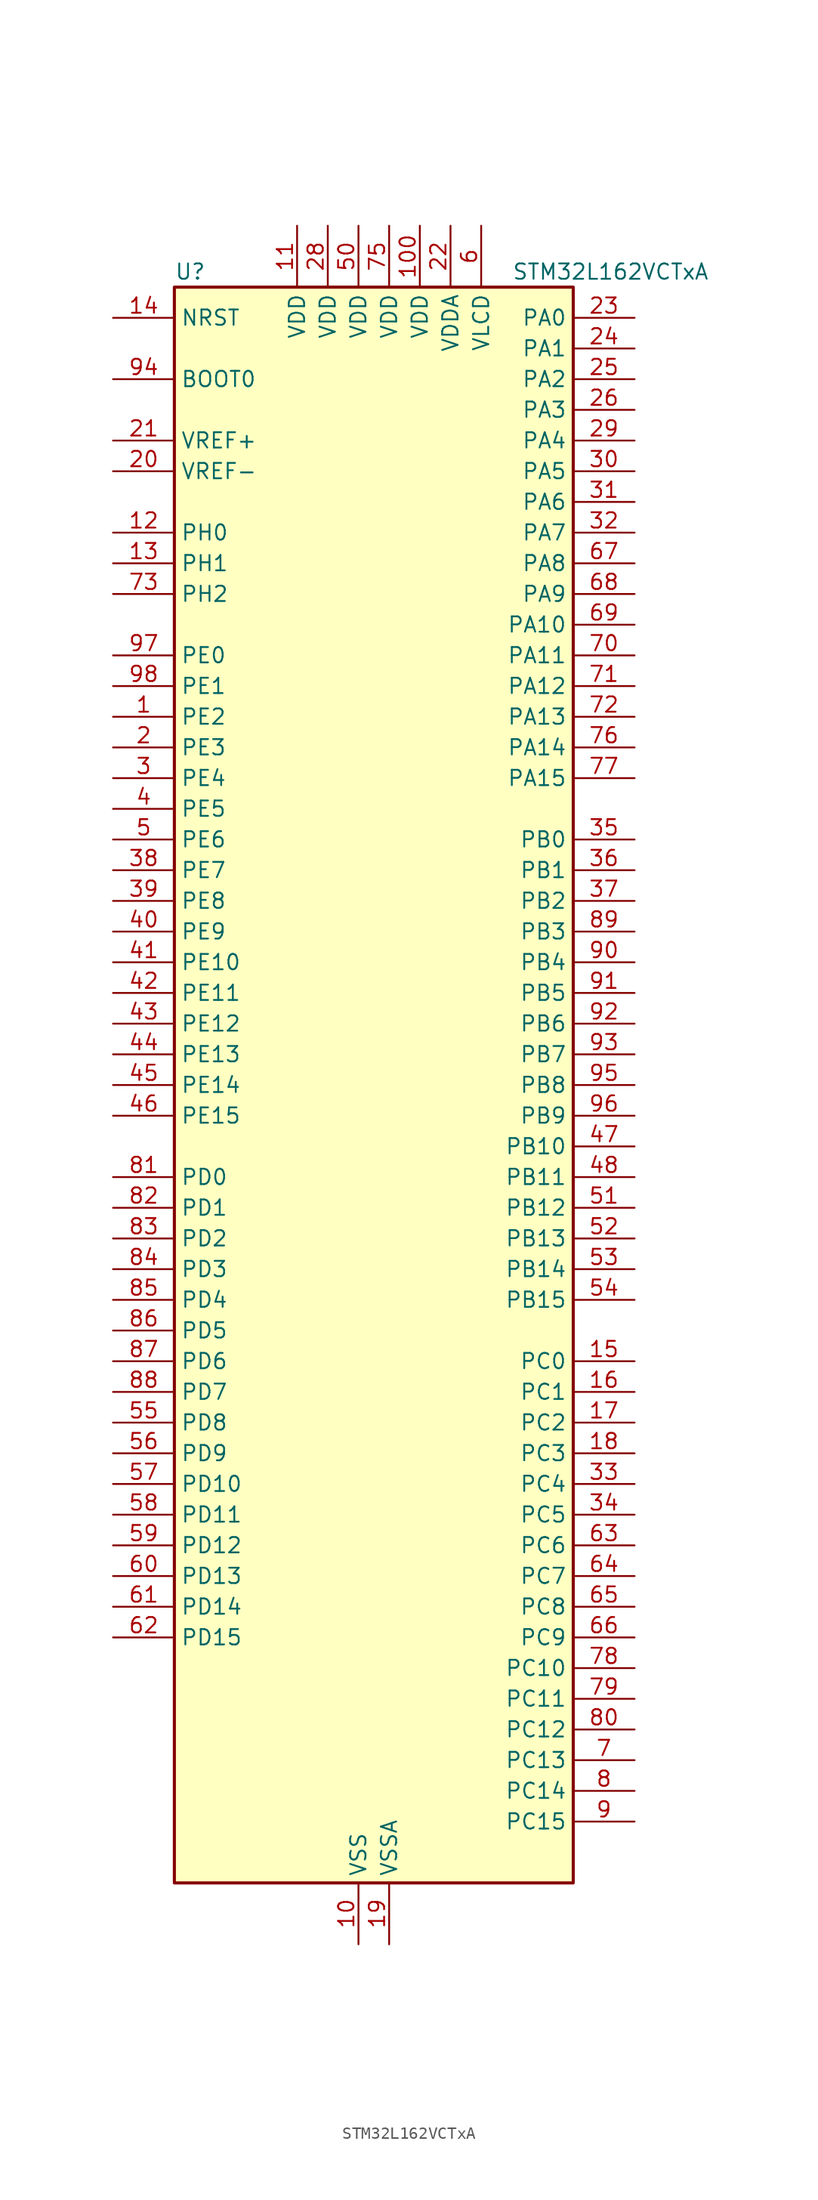
<source format=kicad_sym>
(kicad_symbol_lib
  (version 20231120)
  (generator "kicad-library-utils")
  (generator_version "8.0")
  (symbol "STM32L162VCTxA"
    (property "Reference" "U"
      (at -15.24 67.31 0)
      (effects (font (size 1.27 1.27)) (justify left)))
    (property "Value" "STM32L162VCTxA"
      (at 12.7 67.31 0)
      (effects (font (size 1.27 1.27)) (justify left)))
    (symbol "STM32L162VCTxA_0_1"
      (rectangle (start -15.24 -66.04) (end 17.78 66.04) (stroke (width 0.254) (type default)) (fill (type background))))
    (symbol "STM32L162VCTxA_1_1"
      (pin bidirectional line (at -20.32 30.48 0) (length 5.08) (name "PE2" (effects (font (size 1.27 1.27)))) (number "1" (effects (font (size 1.27 1.27)))) (alternate "LCD_SEG38" bidirectional line) (alternate "SYS_TRACECK" bidirectional line) (alternate "TIM3_ETR" bidirectional line) (alternate "TIMX_IC3" bidirectional line))
      (pin power_in line (at 0 -71.12 90) (length 5.08) (name "VSS" (effects (font (size 1.27 1.27)))) (number "10" (effects (font (size 1.27 1.27)))))
      (pin power_in line (at 5.08 71.12 270) (length 5.08) (name "VDD" (effects (font (size 1.27 1.27)))) (number "100" (effects (font (size 1.27 1.27)))))
      (pin power_in line (at -5.08 71.12 270) (length 5.08) (name "VDD" (effects (font (size 1.27 1.27)))) (number "11" (effects (font (size 1.27 1.27)))))
      (pin bidirectional line (at -20.32 45.72 0) (length 5.08) (name "PH0" (effects (font (size 1.27 1.27)))) (number "12" (effects (font (size 1.27 1.27)))) (alternate "RCC_OSC_IN" bidirectional line))
      (pin bidirectional line (at -20.32 43.18 0) (length 5.08) (name "PH1" (effects (font (size 1.27 1.27)))) (number "13" (effects (font (size 1.27 1.27)))) (alternate "RCC_OSC_OUT" bidirectional line))
      (pin input line (at -20.32 63.5 0) (length 5.08) (name "NRST" (effects (font (size 1.27 1.27)))) (number "14" (effects (font (size 1.27 1.27)))))
      (pin bidirectional line (at 22.86 -22.86 180) (length 5.08) (name "PC0" (effects (font (size 1.27 1.27)))) (number "15" (effects (font (size 1.27 1.27)))) (alternate "ADC_IN10" bidirectional line) (alternate "COMP1_INP" bidirectional line) (alternate "LCD_SEG18" bidirectional line) (alternate "TIMX_IC1" bidirectional line) (alternate "TS_G8_IO1" bidirectional line))
      (pin bidirectional line (at 22.86 -25.4 180) (length 5.08) (name "PC1" (effects (font (size 1.27 1.27)))) (number "16" (effects (font (size 1.27 1.27)))) (alternate "ADC_IN11" bidirectional line) (alternate "COMP1_INP" bidirectional line) (alternate "LCD_SEG19" bidirectional line) (alternate "TIMX_IC2" bidirectional line) (alternate "TS_G8_IO2" bidirectional line))
      (pin bidirectional line (at 22.86 -27.94 180) (length 5.08) (name "PC2" (effects (font (size 1.27 1.27)))) (number "17" (effects (font (size 1.27 1.27)))) (alternate "ADC_IN12" bidirectional line) (alternate "COMP1_INP" bidirectional line) (alternate "LCD_SEG20" bidirectional line) (alternate "TIMX_IC3" bidirectional line) (alternate "TS_G8_IO3" bidirectional line))
      (pin bidirectional line (at 22.86 -30.48 180) (length 5.08) (name "PC3" (effects (font (size 1.27 1.27)))) (number "18" (effects (font (size 1.27 1.27)))) (alternate "ADC_IN13" bidirectional line) (alternate "COMP1_INP" bidirectional line) (alternate "LCD_SEG21" bidirectional line) (alternate "TIMX_IC4" bidirectional line) (alternate "TS_G8_IO4" bidirectional line))
      (pin power_in line (at 2.54 -71.12 90) (length 5.08) (name "VSSA" (effects (font (size 1.27 1.27)))) (number "19" (effects (font (size 1.27 1.27)))))
      (pin bidirectional line (at -20.32 27.94 0) (length 5.08) (name "PE3" (effects (font (size 1.27 1.27)))) (number "2" (effects (font (size 1.27 1.27)))) (alternate "LCD_SEG39" bidirectional line) (alternate "SYS_TRACED0" bidirectional line) (alternate "TIM3_CH1" bidirectional line) (alternate "TIMX_IC4" bidirectional line))
      (pin input line (at -20.32 50.8 0) (length 5.08) (name "VREF-" (effects (font (size 1.27 1.27)))) (number "20" (effects (font (size 1.27 1.27)))))
      (pin input line (at -20.32 53.34 0) (length 5.08) (name "VREF+" (effects (font (size 1.27 1.27)))) (number "21" (effects (font (size 1.27 1.27)))))
      (pin power_in line (at 7.62 71.12 270) (length 5.08) (name "VDDA" (effects (font (size 1.27 1.27)))) (number "22" (effects (font (size 1.27 1.27)))))
      (pin bidirectional line (at 22.86 63.5 180) (length 5.08) (name "PA0" (effects (font (size 1.27 1.27)))) (number "23" (effects (font (size 1.27 1.27)))) (alternate "ADC_IN0" bidirectional line) (alternate "COMP1_INP" bidirectional line) (alternate "RTC_TAMP2" bidirectional line) (alternate "SYS_WKUP1" bidirectional line) (alternate "TIM2_CH1" bidirectional line) (alternate "TIM2_ETR" bidirectional line) (alternate "TIM5_CH1" bidirectional line) (alternate "TIMX_IC1" bidirectional line) (alternate "TS_G1_IO1" bidirectional line) (alternate "USART2_CTS" bidirectional line))
      (pin bidirectional line (at 22.86 60.96 180) (length 5.08) (name "PA1" (effects (font (size 1.27 1.27)))) (number "24" (effects (font (size 1.27 1.27)))) (alternate "ADC_IN1" bidirectional line) (alternate "COMP1_INP" bidirectional line) (alternate "LCD_SEG0" bidirectional line) (alternate "OPAMP1_VINP" bidirectional line) (alternate "TIM2_CH2" bidirectional line) (alternate "TIM5_CH2" bidirectional line) (alternate "TIMX_IC2" bidirectional line) (alternate "TS_G1_IO2" bidirectional line) (alternate "USART2_RTS" bidirectional line))
      (pin bidirectional line (at 22.86 58.42 180) (length 5.08) (name "PA2" (effects (font (size 1.27 1.27)))) (number "25" (effects (font (size 1.27 1.27)))) (alternate "ADC_IN2" bidirectional line) (alternate "COMP1_INP" bidirectional line) (alternate "LCD_SEG1" bidirectional line) (alternate "OPAMP1_VINM" bidirectional line) (alternate "TIM2_CH3" bidirectional line) (alternate "TIM5_CH3" bidirectional line) (alternate "TIM9_CH1" bidirectional line) (alternate "TIMX_IC3" bidirectional line) (alternate "TS_G1_IO3" bidirectional line) (alternate "USART2_TX" bidirectional line))
      (pin bidirectional line (at 22.86 55.88 180) (length 5.08) (name "PA3" (effects (font (size 1.27 1.27)))) (number "26" (effects (font (size 1.27 1.27)))) (alternate "ADC_IN3" bidirectional line) (alternate "COMP1_INP" bidirectional line) (alternate "LCD_SEG2" bidirectional line) (alternate "OPAMP1_VOUT" bidirectional line) (alternate "TIM2_CH4" bidirectional line) (alternate "TIM5_CH4" bidirectional line) (alternate "TIM9_CH2" bidirectional line) (alternate "TIMX_IC4" bidirectional line) (alternate "TS_G1_IO4" bidirectional line) (alternate "USART2_RX" bidirectional line))
      (pin passive line (at 0 -71.12 90) (length 5.08) hide (name "VSS" (effects (font (size 1.27 1.27)))) (number "27" (effects (font (size 1.27 1.27)))))
      (pin power_in line (at -2.54 71.12 270) (length 5.08) (name "VDD" (effects (font (size 1.27 1.27)))) (number "28" (effects (font (size 1.27 1.27)))))
      (pin bidirectional line (at 22.86 53.34 180) (length 5.08) (name "PA4" (effects (font (size 1.27 1.27)))) (number "29" (effects (font (size 1.27 1.27)))) (alternate "ADC_IN4" bidirectional line) (alternate "COMP1_INP" bidirectional line) (alternate "DAC_OUT1" bidirectional line) (alternate "I2S3_WS" bidirectional line) (alternate "SPI1_NSS" bidirectional line) (alternate "SPI3_NSS" bidirectional line) (alternate "TIMX_IC1" bidirectional line) (alternate "USART2_CK" bidirectional line))
      (pin bidirectional line (at -20.32 25.4 0) (length 5.08) (name "PE4" (effects (font (size 1.27 1.27)))) (number "3" (effects (font (size 1.27 1.27)))) (alternate "SYS_TRACED1" bidirectional line) (alternate "TIM3_CH2" bidirectional line) (alternate "TIMX_IC1" bidirectional line))
      (pin bidirectional line (at 22.86 50.8 180) (length 5.08) (name "PA5" (effects (font (size 1.27 1.27)))) (number "30" (effects (font (size 1.27 1.27)))) (alternate "ADC_IN5" bidirectional line) (alternate "COMP1_INP" bidirectional line) (alternate "DAC_OUT2" bidirectional line) (alternate "SPI1_SCK" bidirectional line) (alternate "TIM2_CH1" bidirectional line) (alternate "TIM2_ETR" bidirectional line) (alternate "TIMX_IC2" bidirectional line))
      (pin bidirectional line (at 22.86 48.26 180) (length 5.08) (name "PA6" (effects (font (size 1.27 1.27)))) (number "31" (effects (font (size 1.27 1.27)))) (alternate "ADC_IN6" bidirectional line) (alternate "COMP1_INP" bidirectional line) (alternate "LCD_SEG3" bidirectional line) (alternate "OPAMP2_VINP" bidirectional line) (alternate "SPI1_MISO" bidirectional line) (alternate "TIM10_CH1" bidirectional line) (alternate "TIM3_CH1" bidirectional line) (alternate "TIMX_IC3" bidirectional line) (alternate "TS_G2_IO1" bidirectional line))
      (pin bidirectional line (at 22.86 45.72 180) (length 5.08) (name "PA7" (effects (font (size 1.27 1.27)))) (number "32" (effects (font (size 1.27 1.27)))) (alternate "ADC_IN7" bidirectional line) (alternate "COMP1_INP" bidirectional line) (alternate "LCD_SEG4" bidirectional line) (alternate "OPAMP2_VINM" bidirectional line) (alternate "SPI1_MOSI" bidirectional line) (alternate "TIM11_CH1" bidirectional line) (alternate "TIM3_CH2" bidirectional line) (alternate "TIMX_IC4" bidirectional line) (alternate "TS_G2_IO2" bidirectional line))
      (pin bidirectional line (at 22.86 -33.02 180) (length 5.08) (name "PC4" (effects (font (size 1.27 1.27)))) (number "33" (effects (font (size 1.27 1.27)))) (alternate "ADC_IN14" bidirectional line) (alternate "COMP1_INP" bidirectional line) (alternate "LCD_SEG22" bidirectional line) (alternate "TIMX_IC1" bidirectional line) (alternate "TS_G9_IO1" bidirectional line))
      (pin bidirectional line (at 22.86 -35.56 180) (length 5.08) (name "PC5" (effects (font (size 1.27 1.27)))) (number "34" (effects (font (size 1.27 1.27)))) (alternate "ADC_IN15" bidirectional line) (alternate "COMP1_INP" bidirectional line) (alternate "LCD_SEG23" bidirectional line) (alternate "TIMX_IC2" bidirectional line) (alternate "TS_G9_IO2" bidirectional line))
      (pin bidirectional line (at 22.86 20.32 180) (length 5.08) (name "PB0" (effects (font (size 1.27 1.27)))) (number "35" (effects (font (size 1.27 1.27)))) (alternate "ADC_IN8" bidirectional line) (alternate "COMP1_INP" bidirectional line) (alternate "LCD_SEG5" bidirectional line) (alternate "OPAMP2_VOUT" bidirectional line) (alternate "SYS_V_REF_OUT" bidirectional line) (alternate "TIM3_CH3" bidirectional line) (alternate "TS_G3_IO1" bidirectional line))
      (pin bidirectional line (at 22.86 17.78 180) (length 5.08) (name "PB1" (effects (font (size 1.27 1.27)))) (number "36" (effects (font (size 1.27 1.27)))) (alternate "ADC_IN9" bidirectional line) (alternate "COMP1_INP" bidirectional line) (alternate "LCD_SEG6" bidirectional line) (alternate "SYS_V_REF_OUT" bidirectional line) (alternate "TIM3_CH4" bidirectional line) (alternate "TS_G3_IO2" bidirectional line))
      (pin bidirectional line (at 22.86 15.24 180) (length 5.08) (name "PB2" (effects (font (size 1.27 1.27)))) (number "37" (effects (font (size 1.27 1.27)))) (alternate "TS_G3_IO3" bidirectional line))
      (pin bidirectional line (at -20.32 17.78 0) (length 5.08) (name "PE7" (effects (font (size 1.27 1.27)))) (number "38" (effects (font (size 1.27 1.27)))) (alternate "ADC_IN22" bidirectional line) (alternate "COMP1_INP" bidirectional line) (alternate "TIMX_IC4" bidirectional line))
      (pin bidirectional line (at -20.32 15.24 0) (length 5.08) (name "PE8" (effects (font (size 1.27 1.27)))) (number "39" (effects (font (size 1.27 1.27)))) (alternate "ADC_IN23" bidirectional line) (alternate "COMP1_INP" bidirectional line) (alternate "TIMX_IC1" bidirectional line))
      (pin bidirectional line (at -20.32 22.86 0) (length 5.08) (name "PE5" (effects (font (size 1.27 1.27)))) (number "4" (effects (font (size 1.27 1.27)))) (alternate "SYS_TRACED2" bidirectional line) (alternate "TIM9_CH1" bidirectional line) (alternate "TIMX_IC2" bidirectional line))
      (pin bidirectional line (at -20.32 12.7 0) (length 5.08) (name "PE9" (effects (font (size 1.27 1.27)))) (number "40" (effects (font (size 1.27 1.27)))) (alternate "ADC_IN24" bidirectional line) (alternate "COMP1_INP" bidirectional line) (alternate "DAC_EXTI9" bidirectional line) (alternate "TIM2_CH1" bidirectional line) (alternate "TIM2_ETR" bidirectional line) (alternate "TIMX_IC2" bidirectional line))
      (pin bidirectional line (at -20.32 10.16 0) (length 5.08) (name "PE10" (effects (font (size 1.27 1.27)))) (number "41" (effects (font (size 1.27 1.27)))) (alternate "ADC_IN25" bidirectional line) (alternate "COMP1_INP" bidirectional line) (alternate "TIM2_CH2" bidirectional line) (alternate "TIMX_IC3" bidirectional line))
      (pin bidirectional line (at -20.32 7.62 0) (length 5.08) (name "PE11" (effects (font (size 1.27 1.27)))) (number "42" (effects (font (size 1.27 1.27)))) (alternate "ADC_EXTI11" bidirectional line) (alternate "TIM2_CH3" bidirectional line) (alternate "TIMX_IC4" bidirectional line))
      (pin bidirectional line (at -20.32 5.08 0) (length 5.08) (name "PE12" (effects (font (size 1.27 1.27)))) (number "43" (effects (font (size 1.27 1.27)))) (alternate "SPI1_NSS" bidirectional line) (alternate "TIM2_CH4" bidirectional line) (alternate "TIMX_IC1" bidirectional line))
      (pin bidirectional line (at -20.32 2.54 0) (length 5.08) (name "PE13" (effects (font (size 1.27 1.27)))) (number "44" (effects (font (size 1.27 1.27)))) (alternate "SPI1_SCK" bidirectional line) (alternate "TIMX_IC2" bidirectional line))
      (pin bidirectional line (at -20.32 0 0) (length 5.08) (name "PE14" (effects (font (size 1.27 1.27)))) (number "45" (effects (font (size 1.27 1.27)))) (alternate "SPI1_MISO" bidirectional line) (alternate "TIMX_IC3" bidirectional line))
      (pin bidirectional line (at -20.32 -2.54 0) (length 5.08) (name "PE15" (effects (font (size 1.27 1.27)))) (number "46" (effects (font (size 1.27 1.27)))) (alternate "ADC_EXTI15" bidirectional line) (alternate "SPI1_MOSI" bidirectional line) (alternate "TIMX_IC4" bidirectional line))
      (pin bidirectional line (at 22.86 -5.08 180) (length 5.08) (name "PB10" (effects (font (size 1.27 1.27)))) (number "47" (effects (font (size 1.27 1.27)))) (alternate "I2C2_SCL" bidirectional line) (alternate "LCD_SEG10" bidirectional line) (alternate "TIM2_CH3" bidirectional line) (alternate "USART3_TX" bidirectional line))
      (pin bidirectional line (at 22.86 -7.62 180) (length 5.08) (name "PB11" (effects (font (size 1.27 1.27)))) (number "48" (effects (font (size 1.27 1.27)))) (alternate "ADC_EXTI11" bidirectional line) (alternate "I2C2_SDA" bidirectional line) (alternate "LCD_SEG11" bidirectional line) (alternate "TIM2_CH4" bidirectional line) (alternate "USART3_RX" bidirectional line))
      (pin passive line (at 0 -71.12 90) (length 5.08) hide (name "VSS" (effects (font (size 1.27 1.27)))) (number "49" (effects (font (size 1.27 1.27)))))
      (pin bidirectional line (at -20.32 20.32 0) (length 5.08) (name "PE6" (effects (font (size 1.27 1.27)))) (number "5" (effects (font (size 1.27 1.27)))) (alternate "RTC_TAMP3" bidirectional line) (alternate "SYS_TRACED3" bidirectional line) (alternate "SYS_WKUP3" bidirectional line) (alternate "TIM9_CH2" bidirectional line) (alternate "TIMX_IC3" bidirectional line))
      (pin power_in line (at 0 71.12 270) (length 5.08) (name "VDD" (effects (font (size 1.27 1.27)))) (number "50" (effects (font (size 1.27 1.27)))))
      (pin bidirectional line (at 22.86 -10.16 180) (length 5.08) (name "PB12" (effects (font (size 1.27 1.27)))) (number "51" (effects (font (size 1.27 1.27)))) (alternate "ADC_IN18" bidirectional line) (alternate "COMP1_INP" bidirectional line) (alternate "I2C2_SMBA" bidirectional line) (alternate "I2S2_WS" bidirectional line) (alternate "LCD_SEG12" bidirectional line) (alternate "SPI2_NSS" bidirectional line) (alternate "TIM10_CH1" bidirectional line) (alternate "TS_G7_IO1" bidirectional line) (alternate "USART3_CK" bidirectional line))
      (pin bidirectional line (at 22.86 -12.7 180) (length 5.08) (name "PB13" (effects (font (size 1.27 1.27)))) (number "52" (effects (font (size 1.27 1.27)))) (alternate "ADC_IN19" bidirectional line) (alternate "COMP1_INP" bidirectional line) (alternate "I2S2_CK" bidirectional line) (alternate "LCD_SEG13" bidirectional line) (alternate "SPI2_SCK" bidirectional line) (alternate "TIM9_CH1" bidirectional line) (alternate "TS_G7_IO2" bidirectional line) (alternate "USART3_CTS" bidirectional line))
      (pin bidirectional line (at 22.86 -15.24 180) (length 5.08) (name "PB14" (effects (font (size 1.27 1.27)))) (number "53" (effects (font (size 1.27 1.27)))) (alternate "ADC_IN20" bidirectional line) (alternate "COMP1_INP" bidirectional line) (alternate "LCD_SEG14" bidirectional line) (alternate "SPI2_MISO" bidirectional line) (alternate "TIM9_CH2" bidirectional line) (alternate "TS_G7_IO3" bidirectional line) (alternate "USART3_RTS" bidirectional line))
      (pin bidirectional line (at 22.86 -17.78 180) (length 5.08) (name "PB15" (effects (font (size 1.27 1.27)))) (number "54" (effects (font (size 1.27 1.27)))) (alternate "ADC_EXTI15" bidirectional line) (alternate "ADC_IN21" bidirectional line) (alternate "COMP1_INP" bidirectional line) (alternate "I2S2_SD" bidirectional line) (alternate "LCD_SEG15" bidirectional line) (alternate "RTC_REFIN" bidirectional line) (alternate "SPI2_MOSI" bidirectional line) (alternate "TIM11_CH1" bidirectional line) (alternate "TS_G7_IO4" bidirectional line))
      (pin bidirectional line (at -20.32 -27.94 0) (length 5.08) (name "PD8" (effects (font (size 1.27 1.27)))) (number "55" (effects (font (size 1.27 1.27)))) (alternate "LCD_SEG28" bidirectional line) (alternate "TIMX_IC1" bidirectional line) (alternate "USART3_TX" bidirectional line))
      (pin bidirectional line (at -20.32 -30.48 0) (length 5.08) (name "PD9" (effects (font (size 1.27 1.27)))) (number "56" (effects (font (size 1.27 1.27)))) (alternate "DAC_EXTI9" bidirectional line) (alternate "LCD_SEG29" bidirectional line) (alternate "TIMX_IC2" bidirectional line) (alternate "USART3_RX" bidirectional line))
      (pin bidirectional line (at -20.32 -33.02 0) (length 5.08) (name "PD10" (effects (font (size 1.27 1.27)))) (number "57" (effects (font (size 1.27 1.27)))) (alternate "LCD_SEG30" bidirectional line) (alternate "TIMX_IC3" bidirectional line) (alternate "USART3_CK" bidirectional line))
      (pin bidirectional line (at -20.32 -35.56 0) (length 5.08) (name "PD11" (effects (font (size 1.27 1.27)))) (number "58" (effects (font (size 1.27 1.27)))) (alternate "ADC_EXTI11" bidirectional line) (alternate "LCD_SEG31" bidirectional line) (alternate "TIMX_IC4" bidirectional line) (alternate "USART3_CTS" bidirectional line))
      (pin bidirectional line (at -20.32 -38.1 0) (length 5.08) (name "PD12" (effects (font (size 1.27 1.27)))) (number "59" (effects (font (size 1.27 1.27)))) (alternate "LCD_SEG32" bidirectional line) (alternate "TIM4_CH1" bidirectional line) (alternate "TIMX_IC1" bidirectional line) (alternate "USART3_RTS" bidirectional line))
      (pin power_in line (at 10.16 71.12 270) (length 5.08) (name "VLCD" (effects (font (size 1.27 1.27)))) (number "6" (effects (font (size 1.27 1.27)))))
      (pin bidirectional line (at -20.32 -40.64 0) (length 5.08) (name "PD13" (effects (font (size 1.27 1.27)))) (number "60" (effects (font (size 1.27 1.27)))) (alternate "LCD_SEG33" bidirectional line) (alternate "TIM4_CH2" bidirectional line) (alternate "TIMX_IC2" bidirectional line))
      (pin bidirectional line (at -20.32 -43.18 0) (length 5.08) (name "PD14" (effects (font (size 1.27 1.27)))) (number "61" (effects (font (size 1.27 1.27)))) (alternate "LCD_SEG34" bidirectional line) (alternate "TIM4_CH3" bidirectional line) (alternate "TIMX_IC3" bidirectional line))
      (pin bidirectional line (at -20.32 -45.72 0) (length 5.08) (name "PD15" (effects (font (size 1.27 1.27)))) (number "62" (effects (font (size 1.27 1.27)))) (alternate "ADC_EXTI15" bidirectional line) (alternate "LCD_SEG35" bidirectional line) (alternate "TIM4_CH4" bidirectional line) (alternate "TIMX_IC4" bidirectional line))
      (pin bidirectional line (at 22.86 -38.1 180) (length 5.08) (name "PC6" (effects (font (size 1.27 1.27)))) (number "63" (effects (font (size 1.27 1.27)))) (alternate "I2S2_MCK" bidirectional line) (alternate "LCD_SEG24" bidirectional line) (alternate "TIM3_CH1" bidirectional line) (alternate "TIMX_IC3" bidirectional line) (alternate "TS_G10_IO1" bidirectional line))
      (pin bidirectional line (at 22.86 -40.64 180) (length 5.08) (name "PC7" (effects (font (size 1.27 1.27)))) (number "64" (effects (font (size 1.27 1.27)))) (alternate "I2S3_MCK" bidirectional line) (alternate "LCD_SEG25" bidirectional line) (alternate "TIM3_CH2" bidirectional line) (alternate "TIMX_IC4" bidirectional line) (alternate "TS_G10_IO2" bidirectional line))
      (pin bidirectional line (at 22.86 -43.18 180) (length 5.08) (name "PC8" (effects (font (size 1.27 1.27)))) (number "65" (effects (font (size 1.27 1.27)))) (alternate "LCD_SEG26" bidirectional line) (alternate "TIM3_CH3" bidirectional line) (alternate "TIMX_IC1" bidirectional line) (alternate "TS_G10_IO3" bidirectional line))
      (pin bidirectional line (at 22.86 -45.72 180) (length 5.08) (name "PC9" (effects (font (size 1.27 1.27)))) (number "66" (effects (font (size 1.27 1.27)))) (alternate "DAC_EXTI9" bidirectional line) (alternate "LCD_SEG27" bidirectional line) (alternate "TIM3_CH4" bidirectional line) (alternate "TIMX_IC2" bidirectional line) (alternate "TS_G10_IO4" bidirectional line))
      (pin bidirectional line (at 22.86 43.18 180) (length 5.08) (name "PA8" (effects (font (size 1.27 1.27)))) (number "67" (effects (font (size 1.27 1.27)))) (alternate "LCD_COM0" bidirectional line) (alternate "RCC_MCO" bidirectional line) (alternate "TIMX_IC1" bidirectional line) (alternate "TS_G4_IO1" bidirectional line) (alternate "USART1_CK" bidirectional line))
      (pin bidirectional line (at 22.86 40.64 180) (length 5.08) (name "PA9" (effects (font (size 1.27 1.27)))) (number "68" (effects (font (size 1.27 1.27)))) (alternate "DAC_EXTI9" bidirectional line) (alternate "LCD_COM1" bidirectional line) (alternate "TIMX_IC2" bidirectional line) (alternate "TS_G4_IO2" bidirectional line) (alternate "USART1_TX" bidirectional line))
      (pin bidirectional line (at 22.86 38.1 180) (length 5.08) (name "PA10" (effects (font (size 1.27 1.27)))) (number "69" (effects (font (size 1.27 1.27)))) (alternate "LCD_COM2" bidirectional line) (alternate "TIMX_IC3" bidirectional line) (alternate "TS_G4_IO3" bidirectional line) (alternate "USART1_RX" bidirectional line))
      (pin bidirectional line (at 22.86 -55.88 180) (length 5.08) (name "PC13" (effects (font (size 1.27 1.27)))) (number "7" (effects (font (size 1.27 1.27)))) (alternate "RTC_OUT_ALARM" bidirectional line) (alternate "RTC_OUT_CALIB" bidirectional line) (alternate "RTC_TAMP1" bidirectional line) (alternate "RTC_TS" bidirectional line) (alternate "SYS_WKUP2" bidirectional line) (alternate "TIMX_IC2" bidirectional line))
      (pin bidirectional line (at 22.86 35.56 180) (length 5.08) (name "PA11" (effects (font (size 1.27 1.27)))) (number "70" (effects (font (size 1.27 1.27)))) (alternate "ADC_EXTI11" bidirectional line) (alternate "SPI1_MISO" bidirectional line) (alternate "TIMX_IC4" bidirectional line) (alternate "USART1_CTS" bidirectional line) (alternate "USB_DM" bidirectional line))
      (pin bidirectional line (at 22.86 33.02 180) (length 5.08) (name "PA12" (effects (font (size 1.27 1.27)))) (number "71" (effects (font (size 1.27 1.27)))) (alternate "SPI1_MOSI" bidirectional line) (alternate "TIMX_IC1" bidirectional line) (alternate "USART1_RTS" bidirectional line) (alternate "USB_DP" bidirectional line))
      (pin bidirectional line (at 22.86 30.48 180) (length 5.08) (name "PA13" (effects (font (size 1.27 1.27)))) (number "72" (effects (font (size 1.27 1.27)))) (alternate "SYS_JTMS-SWDIO" bidirectional line) (alternate "TIMX_IC2" bidirectional line) (alternate "TS_G5_IO1" bidirectional line))
      (pin bidirectional line (at -20.32 40.64 0) (length 5.08) (name "PH2" (effects (font (size 1.27 1.27)))) (number "73" (effects (font (size 1.27 1.27)))))
      (pin passive line (at 0 -71.12 90) (length 5.08) hide (name "VSS" (effects (font (size 1.27 1.27)))) (number "74" (effects (font (size 1.27 1.27)))))
      (pin power_in line (at 2.54 71.12 270) (length 5.08) (name "VDD" (effects (font (size 1.27 1.27)))) (number "75" (effects (font (size 1.27 1.27)))))
      (pin bidirectional line (at 22.86 27.94 180) (length 5.08) (name "PA14" (effects (font (size 1.27 1.27)))) (number "76" (effects (font (size 1.27 1.27)))) (alternate "SYS_JTCK-SWCLK" bidirectional line) (alternate "TIMX_IC3" bidirectional line) (alternate "TS_G5_IO2" bidirectional line))
      (pin bidirectional line (at 22.86 25.4 180) (length 5.08) (name "PA15" (effects (font (size 1.27 1.27)))) (number "77" (effects (font (size 1.27 1.27)))) (alternate "ADC_EXTI15" bidirectional line) (alternate "I2S3_WS" bidirectional line) (alternate "LCD_SEG17" bidirectional line) (alternate "SPI1_NSS" bidirectional line) (alternate "SPI3_NSS" bidirectional line) (alternate "SYS_JTDI" bidirectional line) (alternate "TIM2_CH1" bidirectional line) (alternate "TIM2_ETR" bidirectional line) (alternate "TIMX_IC4" bidirectional line) (alternate "TS_G5_IO3" bidirectional line))
      (pin bidirectional line (at 22.86 -48.26 180) (length 5.08) (name "PC10" (effects (font (size 1.27 1.27)))) (number "78" (effects (font (size 1.27 1.27)))) (alternate "I2S3_CK" bidirectional line) (alternate "LCD_COM4" bidirectional line) (alternate "LCD_SEG28" bidirectional line) (alternate "LCD_SEG40" bidirectional line) (alternate "SPI3_SCK" bidirectional line) (alternate "TIMX_IC3" bidirectional line) (alternate "USART3_TX" bidirectional line))
      (pin bidirectional line (at 22.86 -50.8 180) (length 5.08) (name "PC11" (effects (font (size 1.27 1.27)))) (number "79" (effects (font (size 1.27 1.27)))) (alternate "ADC_EXTI11" bidirectional line) (alternate "LCD_COM5" bidirectional line) (alternate "LCD_SEG29" bidirectional line) (alternate "LCD_SEG41" bidirectional line) (alternate "SPI3_MISO" bidirectional line) (alternate "TIMX_IC4" bidirectional line) (alternate "USART3_RX" bidirectional line))
      (pin bidirectional line (at 22.86 -58.42 180) (length 5.08) (name "PC14" (effects (font (size 1.27 1.27)))) (number "8" (effects (font (size 1.27 1.27)))) (alternate "RCC_OSC32_IN" bidirectional line) (alternate "TIMX_IC3" bidirectional line))
      (pin bidirectional line (at 22.86 -53.34 180) (length 5.08) (name "PC12" (effects (font (size 1.27 1.27)))) (number "80" (effects (font (size 1.27 1.27)))) (alternate "I2S3_SD" bidirectional line) (alternate "LCD_COM6" bidirectional line) (alternate "LCD_SEG30" bidirectional line) (alternate "LCD_SEG42" bidirectional line) (alternate "SPI3_MOSI" bidirectional line) (alternate "TIMX_IC1" bidirectional line) (alternate "USART3_CK" bidirectional line))
      (pin bidirectional line (at -20.32 -7.62 0) (length 5.08) (name "PD0" (effects (font (size 1.27 1.27)))) (number "81" (effects (font (size 1.27 1.27)))) (alternate "I2S2_WS" bidirectional line) (alternate "SPI2_NSS" bidirectional line) (alternate "TIM9_CH1" bidirectional line) (alternate "TIMX_IC1" bidirectional line))
      (pin bidirectional line (at -20.32 -10.16 0) (length 5.08) (name "PD1" (effects (font (size 1.27 1.27)))) (number "82" (effects (font (size 1.27 1.27)))) (alternate "I2S2_CK" bidirectional line) (alternate "SPI2_SCK" bidirectional line) (alternate "TIMX_IC2" bidirectional line))
      (pin bidirectional line (at -20.32 -12.7 0) (length 5.08) (name "PD2" (effects (font (size 1.27 1.27)))) (number "83" (effects (font (size 1.27 1.27)))) (alternate "LCD_COM7" bidirectional line) (alternate "LCD_SEG31" bidirectional line) (alternate "LCD_SEG43" bidirectional line) (alternate "TIM3_ETR" bidirectional line) (alternate "TIMX_IC3" bidirectional line))
      (pin bidirectional line (at -20.32 -15.24 0) (length 5.08) (name "PD3" (effects (font (size 1.27 1.27)))) (number "84" (effects (font (size 1.27 1.27)))) (alternate "SPI2_MISO" bidirectional line) (alternate "TIMX_IC4" bidirectional line) (alternate "USART2_CTS" bidirectional line))
      (pin bidirectional line (at -20.32 -17.78 0) (length 5.08) (name "PD4" (effects (font (size 1.27 1.27)))) (number "85" (effects (font (size 1.27 1.27)))) (alternate "I2S2_SD" bidirectional line) (alternate "SPI2_MOSI" bidirectional line) (alternate "TIMX_IC1" bidirectional line) (alternate "USART2_RTS" bidirectional line))
      (pin bidirectional line (at -20.32 -20.32 0) (length 5.08) (name "PD5" (effects (font (size 1.27 1.27)))) (number "86" (effects (font (size 1.27 1.27)))) (alternate "TIMX_IC2" bidirectional line) (alternate "USART2_TX" bidirectional line))
      (pin bidirectional line (at -20.32 -22.86 0) (length 5.08) (name "PD6" (effects (font (size 1.27 1.27)))) (number "87" (effects (font (size 1.27 1.27)))) (alternate "TIMX_IC3" bidirectional line) (alternate "USART2_RX" bidirectional line))
      (pin bidirectional line (at -20.32 -25.4 0) (length 5.08) (name "PD7" (effects (font (size 1.27 1.27)))) (number "88" (effects (font (size 1.27 1.27)))) (alternate "TIM9_CH2" bidirectional line) (alternate "TIMX_IC4" bidirectional line) (alternate "USART2_CK" bidirectional line))
      (pin bidirectional line (at 22.86 12.7 180) (length 5.08) (name "PB3" (effects (font (size 1.27 1.27)))) (number "89" (effects (font (size 1.27 1.27)))) (alternate "COMP2_INM" bidirectional line) (alternate "I2S3_CK" bidirectional line) (alternate "LCD_SEG7" bidirectional line) (alternate "SPI1_SCK" bidirectional line) (alternate "SPI3_SCK" bidirectional line) (alternate "SYS_JTDO-TRACESWO" bidirectional line) (alternate "TIM2_CH2" bidirectional line))
      (pin bidirectional line (at 22.86 -60.96 180) (length 5.08) (name "PC15" (effects (font (size 1.27 1.27)))) (number "9" (effects (font (size 1.27 1.27)))) (alternate "ADC_EXTI15" bidirectional line) (alternate "RCC_OSC32_OUT" bidirectional line) (alternate "TIMX_IC4" bidirectional line))
      (pin bidirectional line (at 22.86 10.16 180) (length 5.08) (name "PB4" (effects (font (size 1.27 1.27)))) (number "90" (effects (font (size 1.27 1.27)))) (alternate "COMP2_INP" bidirectional line) (alternate "LCD_SEG8" bidirectional line) (alternate "SPI1_MISO" bidirectional line) (alternate "SPI3_MISO" bidirectional line) (alternate "SYS_JTRST" bidirectional line) (alternate "TIM3_CH1" bidirectional line) (alternate "TS_G6_IO1" bidirectional line))
      (pin bidirectional line (at 22.86 7.62 180) (length 5.08) (name "PB5" (effects (font (size 1.27 1.27)))) (number "91" (effects (font (size 1.27 1.27)))) (alternate "COMP2_INP" bidirectional line) (alternate "I2C1_SMBA" bidirectional line) (alternate "I2S3_SD" bidirectional line) (alternate "LCD_SEG9" bidirectional line) (alternate "SPI1_MOSI" bidirectional line) (alternate "SPI3_MOSI" bidirectional line) (alternate "TIM3_CH2" bidirectional line) (alternate "TS_G6_IO2" bidirectional line))
      (pin bidirectional line (at 22.86 5.08 180) (length 5.08) (name "PB6" (effects (font (size 1.27 1.27)))) (number "92" (effects (font (size 1.27 1.27)))) (alternate "COMP2_INP" bidirectional line) (alternate "I2C1_SCL" bidirectional line) (alternate "TIM4_CH1" bidirectional line) (alternate "TS_G6_IO3" bidirectional line) (alternate "USART1_TX" bidirectional line))
      (pin bidirectional line (at 22.86 2.54 180) (length 5.08) (name "PB7" (effects (font (size 1.27 1.27)))) (number "93" (effects (font (size 1.27 1.27)))) (alternate "COMP2_INP" bidirectional line) (alternate "I2C1_SDA" bidirectional line) (alternate "SYS_PVD_IN" bidirectional line) (alternate "TIM4_CH2" bidirectional line) (alternate "TS_G6_IO4" bidirectional line) (alternate "USART1_RX" bidirectional line))
      (pin input line (at -20.32 58.42 0) (length 5.08) (name "BOOT0" (effects (font (size 1.27 1.27)))) (number "94" (effects (font (size 1.27 1.27)))))
      (pin bidirectional line (at 22.86 0 180) (length 5.08) (name "PB8" (effects (font (size 1.27 1.27)))) (number "95" (effects (font (size 1.27 1.27)))) (alternate "I2C1_SCL" bidirectional line) (alternate "LCD_SEG16" bidirectional line) (alternate "TIM10_CH1" bidirectional line) (alternate "TIM4_CH3" bidirectional line))
      (pin bidirectional line (at 22.86 -2.54 180) (length 5.08) (name "PB9" (effects (font (size 1.27 1.27)))) (number "96" (effects (font (size 1.27 1.27)))) (alternate "DAC_EXTI9" bidirectional line) (alternate "I2C1_SDA" bidirectional line) (alternate "LCD_COM3" bidirectional line) (alternate "TIM11_CH1" bidirectional line) (alternate "TIM4_CH4" bidirectional line))
      (pin bidirectional line (at -20.32 35.56 0) (length 5.08) (name "PE0" (effects (font (size 1.27 1.27)))) (number "97" (effects (font (size 1.27 1.27)))) (alternate "LCD_SEG36" bidirectional line) (alternate "TIM10_CH1" bidirectional line) (alternate "TIM4_ETR" bidirectional line) (alternate "TIMX_IC1" bidirectional line))
      (pin bidirectional line (at -20.32 33.02 0) (length 5.08) (name "PE1" (effects (font (size 1.27 1.27)))) (number "98" (effects (font (size 1.27 1.27)))) (alternate "LCD_SEG37" bidirectional line) (alternate "TIM11_CH1" bidirectional line) (alternate "TIMX_IC2" bidirectional line))
      (pin passive line (at 0 -71.12 90) (length 5.08) hide (name "VSS" (effects (font (size 1.27 1.27)))) (number "99" (effects (font (size 1.27 1.27))))))))
</source>
